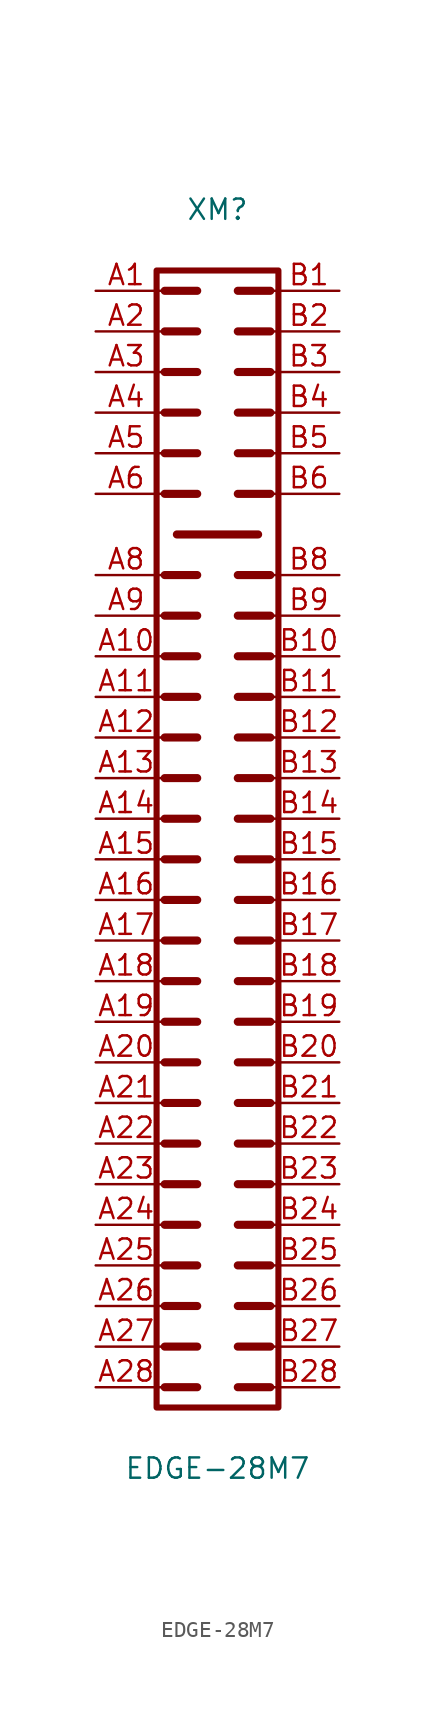
<source format=kicad_sym>
(kicad_symbol_lib
  (version 20231120)
  (generator "kicad_symbol_editor")
  (generator_version "8.0")
  (symbol "EDGE-28M7"
    (pin_names
      (offset 1.016))
    (property "Reference" "XM"
      (at 0 39.37 0)
      (effects (font (size 1.27 1.27))))
    (property "Value" "EDGE-28M7"
      (at 0 -39.37 0)
      (effects (font (size 1.27 1.27))))
    (symbol "EDGE-28M7_0_0"
      (polyline (pts (xy -2.54 19.05) (xy 2.54 19.05)) (stroke (width 0.508) (type default)) (fill (type none))))
    (symbol "EDGE-28M7_0_1"
      (rectangle (start -3.81 35.56) (end 3.81 -35.56) (stroke (width 0.381) (type default)) (fill (type none)))
      (polyline (pts (xy -3.81 -34.29) (xy -3.302 -34.29)) (stroke (width 0) (type default)) (fill (type none)))
      (polyline (pts (xy -3.81 -31.75) (xy -3.302 -31.75)) (stroke (width 0) (type default)) (fill (type none)))
      (polyline (pts (xy -3.81 -29.21) (xy -3.302 -29.21)) (stroke (width 0) (type default)) (fill (type none)))
      (polyline (pts (xy -3.81 -26.67) (xy -3.302 -26.67)) (stroke (width 0) (type default)) (fill (type none)))
      (polyline (pts (xy -3.81 -24.13) (xy -3.302 -24.13)) (stroke (width 0) (type default)) (fill (type none)))
      (polyline (pts (xy -3.81 -21.59) (xy -3.302 -21.59)) (stroke (width 0) (type default)) (fill (type none)))
      (polyline (pts (xy -3.81 -19.05) (xy -3.302 -19.05)) (stroke (width 0) (type default)) (fill (type none)))
      (polyline (pts (xy -3.81 -16.51) (xy -3.302 -16.51)) (stroke (width 0) (type default)) (fill (type none)))
      (polyline (pts (xy -3.81 -13.97) (xy -3.302 -13.97)) (stroke (width 0) (type default)) (fill (type none)))
      (polyline (pts (xy -3.81 -11.43) (xy -3.302 -11.43)) (stroke (width 0) (type default)) (fill (type none)))
      (polyline (pts (xy -3.81 -8.89) (xy -3.302 -8.89)) (stroke (width 0) (type default)) (fill (type none)))
      (polyline (pts (xy -3.81 -6.35) (xy -3.302 -6.35)) (stroke (width 0) (type default)) (fill (type none)))
      (polyline (pts (xy -3.81 -3.81) (xy -3.302 -3.81)) (stroke (width 0) (type default)) (fill (type none)))
      (polyline (pts (xy -3.81 -1.27) (xy -3.302 -1.27)) (stroke (width 0) (type default)) (fill (type none)))
      (polyline (pts (xy -3.81 1.27) (xy -3.302 1.27)) (stroke (width 0) (type default)) (fill (type none)))
      (polyline (pts (xy -3.81 3.81) (xy -3.302 3.81)) (stroke (width 0) (type default)) (fill (type none)))
      (polyline (pts (xy -3.81 6.35) (xy -3.302 6.35)) (stroke (width 0) (type default)) (fill (type none)))
      (polyline (pts (xy -3.81 8.89) (xy -3.302 8.89)) (stroke (width 0) (type default)) (fill (type none)))
      (polyline (pts (xy -3.81 11.43) (xy -3.302 11.43)) (stroke (width 0) (type default)) (fill (type none)))
      (polyline (pts (xy -3.81 13.97) (xy -3.302 13.97)) (stroke (width 0) (type default)) (fill (type none)))
      (polyline (pts (xy -3.81 16.51) (xy -3.302 16.51)) (stroke (width 0) (type default)) (fill (type none)))
      (polyline (pts (xy -3.81 21.59) (xy -3.302 21.59)) (stroke (width 0) (type default)) (fill (type none)))
      (polyline (pts (xy -3.81 24.13) (xy -3.302 24.13)) (stroke (width 0) (type default)) (fill (type none)))
      (polyline (pts (xy -3.81 26.67) (xy -3.302 26.67)) (stroke (width 0) (type default)) (fill (type none)))
      (polyline (pts (xy -3.81 29.21) (xy -3.302 29.21)) (stroke (width 0) (type default)) (fill (type none)))
      (polyline (pts (xy -3.81 31.75) (xy -3.302 31.75)) (stroke (width 0) (type default)) (fill (type none)))
      (polyline (pts (xy -3.81 34.29) (xy -3.302 34.29)) (stroke (width 0) (type default)) (fill (type none)))
      (polyline (pts (xy -3.302 -34.29) (xy -1.27 -34.29)) (stroke (width 0.508) (type default)) (fill (type none)))
      (polyline (pts (xy -3.302 -31.75) (xy -1.27 -31.75)) (stroke (width 0.508) (type default)) (fill (type none)))
      (polyline (pts (xy -3.302 -29.21) (xy -1.27 -29.21)) (stroke (width 0.508) (type default)) (fill (type none)))
      (polyline (pts (xy -3.302 -26.67) (xy -1.27 -26.67)) (stroke (width 0.508) (type default)) (fill (type none)))
      (polyline (pts (xy -3.302 -24.13) (xy -1.27 -24.13)) (stroke (width 0.508) (type default)) (fill (type none)))
      (polyline (pts (xy -3.302 -21.59) (xy -1.27 -21.59)) (stroke (width 0.508) (type default)) (fill (type none)))
      (polyline (pts (xy -3.302 -19.05) (xy -1.27 -19.05)) (stroke (width 0.508) (type default)) (fill (type none)))
      (polyline (pts (xy -3.302 -16.51) (xy -1.27 -16.51)) (stroke (width 0.508) (type default)) (fill (type none)))
      (polyline (pts (xy -3.302 -13.97) (xy -1.27 -13.97)) (stroke (width 0.508) (type default)) (fill (type none)))
      (polyline (pts (xy -3.302 -11.43) (xy -1.27 -11.43)) (stroke (width 0.508) (type default)) (fill (type none)))
      (polyline (pts (xy -3.302 -8.89) (xy -1.27 -8.89)) (stroke (width 0.508) (type default)) (fill (type none)))
      (polyline (pts (xy -3.302 -6.35) (xy -1.27 -6.35)) (stroke (width 0.508) (type default)) (fill (type none)))
      (polyline (pts (xy -3.302 -3.81) (xy -1.27 -3.81)) (stroke (width 0.508) (type default)) (fill (type none)))
      (polyline (pts (xy -3.302 -1.27) (xy -1.27 -1.27)) (stroke (width 0.508) (type default)) (fill (type none)))
      (polyline (pts (xy -3.302 1.27) (xy -1.27 1.27)) (stroke (width 0.508) (type default)) (fill (type none)))
      (polyline (pts (xy -3.302 3.81) (xy -1.27 3.81)) (stroke (width 0.508) (type default)) (fill (type none)))
      (polyline (pts (xy -3.302 6.35) (xy -1.27 6.35)) (stroke (width 0.508) (type default)) (fill (type none)))
      (polyline (pts (xy -3.302 8.89) (xy -1.27 8.89)) (stroke (width 0.508) (type default)) (fill (type none)))
      (polyline (pts (xy -3.302 11.43) (xy -1.27 11.43)) (stroke (width 0.508) (type default)) (fill (type none)))
      (polyline (pts (xy -3.302 13.97) (xy -1.27 13.97)) (stroke (width 0.508) (type default)) (fill (type none)))
      (polyline (pts (xy -3.302 16.51) (xy -1.27 16.51)) (stroke (width 0.508) (type default)) (fill (type none)))
      (polyline (pts (xy -3.302 21.59) (xy -1.27 21.59)) (stroke (width 0.508) (type default)) (fill (type none)))
      (polyline (pts (xy -3.302 24.13) (xy -1.27 24.13)) (stroke (width 0.508) (type default)) (fill (type none)))
      (polyline (pts (xy -3.302 26.67) (xy -1.27 26.67)) (stroke (width 0.508) (type default)) (fill (type none)))
      (polyline (pts (xy -3.302 29.21) (xy -1.27 29.21)) (stroke (width 0.508) (type default)) (fill (type none)))
      (polyline (pts (xy -3.302 31.75) (xy -1.27 31.75)) (stroke (width 0.508) (type default)) (fill (type none)))
      (polyline (pts (xy -3.302 34.29) (xy -1.27 34.29)) (stroke (width 0.508) (type default)) (fill (type none)))
      (polyline (pts (xy 3.302 -34.29) (xy 1.27 -34.29)) (stroke (width 0.508) (type default)) (fill (type none)))
      (polyline (pts (xy 3.302 -31.75) (xy 1.27 -31.75)) (stroke (width 0.508) (type default)) (fill (type none)))
      (polyline (pts (xy 3.302 -29.21) (xy 1.27 -29.21)) (stroke (width 0.508) (type default)) (fill (type none)))
      (polyline (pts (xy 3.302 -26.67) (xy 1.27 -26.67)) (stroke (width 0.508) (type default)) (fill (type none)))
      (polyline (pts (xy 3.302 -24.13) (xy 1.27 -24.13)) (stroke (width 0.508) (type default)) (fill (type none)))
      (polyline (pts (xy 3.302 -21.59) (xy 1.27 -21.59)) (stroke (width 0.508) (type default)) (fill (type none)))
      (polyline (pts (xy 3.302 -19.05) (xy 1.27 -19.05)) (stroke (width 0.508) (type default)) (fill (type none)))
      (polyline (pts (xy 3.302 -16.51) (xy 1.27 -16.51)) (stroke (width 0.508) (type default)) (fill (type none)))
      (polyline (pts (xy 3.302 -13.97) (xy 1.27 -13.97)) (stroke (width 0.508) (type default)) (fill (type none)))
      (polyline (pts (xy 3.302 -11.43) (xy 1.27 -11.43)) (stroke (width 0.508) (type default)) (fill (type none)))
      (polyline (pts (xy 3.302 -8.89) (xy 1.27 -8.89)) (stroke (width 0.508) (type default)) (fill (type none)))
      (polyline (pts (xy 3.302 -6.35) (xy 1.27 -6.35)) (stroke (width 0.508) (type default)) (fill (type none)))
      (polyline (pts (xy 3.302 -3.81) (xy 1.27 -3.81)) (stroke (width 0.508) (type default)) (fill (type none)))
      (polyline (pts (xy 3.302 -1.27) (xy 1.27 -1.27)) (stroke (width 0.508) (type default)) (fill (type none)))
      (polyline (pts (xy 3.302 1.27) (xy 1.27 1.27)) (stroke (width 0.508) (type default)) (fill (type none)))
      (polyline (pts (xy 3.302 3.81) (xy 1.27 3.81)) (stroke (width 0.508) (type default)) (fill (type none)))
      (polyline (pts (xy 3.302 6.35) (xy 1.27 6.35)) (stroke (width 0.508) (type default)) (fill (type none)))
      (polyline (pts (xy 3.302 8.89) (xy 1.27 8.89)) (stroke (width 0.508) (type default)) (fill (type none)))
      (polyline (pts (xy 3.302 11.43) (xy 1.27 11.43)) (stroke (width 0.508) (type default)) (fill (type none)))
      (polyline (pts (xy 3.302 13.97) (xy 1.27 13.97)) (stroke (width 0.508) (type default)) (fill (type none)))
      (polyline (pts (xy 3.302 16.51) (xy 1.27 16.51)) (stroke (width 0.508) (type default)) (fill (type none)))
      (polyline (pts (xy 3.302 21.59) (xy 1.27 21.59)) (stroke (width 0.508) (type default)) (fill (type none)))
      (polyline (pts (xy 3.302 24.13) (xy 1.27 24.13)) (stroke (width 0.508) (type default)) (fill (type none)))
      (polyline (pts (xy 3.302 26.67) (xy 1.27 26.67)) (stroke (width 0.508) (type default)) (fill (type none)))
      (polyline (pts (xy 3.302 29.21) (xy 1.27 29.21)) (stroke (width 0.508) (type default)) (fill (type none)))
      (polyline (pts (xy 3.302 31.75) (xy 1.27 31.75)) (stroke (width 0.508) (type default)) (fill (type none)))
      (polyline (pts (xy 3.302 34.29) (xy 1.27 34.29)) (stroke (width 0.508) (type default)) (fill (type none)))
      (polyline (pts (xy 3.81 -34.29) (xy 3.302 -34.29)) (stroke (width 0) (type default)) (fill (type none)))
      (polyline (pts (xy 3.81 -31.75) (xy 3.302 -31.75)) (stroke (width 0) (type default)) (fill (type none)))
      (polyline (pts (xy 3.81 -29.21) (xy 3.302 -29.21)) (stroke (width 0) (type default)) (fill (type none)))
      (polyline (pts (xy 3.81 -26.67) (xy 3.302 -26.67)) (stroke (width 0) (type default)) (fill (type none)))
      (polyline (pts (xy 3.81 -24.13) (xy 3.302 -24.13)) (stroke (width 0) (type default)) (fill (type none)))
      (polyline (pts (xy 3.81 -21.59) (xy 3.302 -21.59)) (stroke (width 0) (type default)) (fill (type none)))
      (polyline (pts (xy 3.81 -19.05) (xy 3.302 -19.05)) (stroke (width 0) (type default)) (fill (type none)))
      (polyline (pts (xy 3.81 -16.51) (xy 3.302 -16.51)) (stroke (width 0) (type default)) (fill (type none)))
      (polyline (pts (xy 3.81 -13.97) (xy 3.302 -13.97)) (stroke (width 0) (type default)) (fill (type none)))
      (polyline (pts (xy 3.81 -11.43) (xy 3.302 -11.43)) (stroke (width 0) (type default)) (fill (type none)))
      (polyline (pts (xy 3.81 -8.89) (xy 3.302 -8.89)) (stroke (width 0) (type default)) (fill (type none)))
      (polyline (pts (xy 3.81 -6.35) (xy 3.302 -6.35)) (stroke (width 0) (type default)) (fill (type none)))
      (polyline (pts (xy 3.81 -3.81) (xy 3.302 -3.81)) (stroke (width 0) (type default)) (fill (type none)))
      (polyline (pts (xy 3.81 -1.27) (xy 3.302 -1.27)) (stroke (width 0) (type default)) (fill (type none)))
      (polyline (pts (xy 3.81 1.27) (xy 3.302 1.27)) (stroke (width 0) (type default)) (fill (type none)))
      (polyline (pts (xy 3.81 3.81) (xy 3.302 3.81)) (stroke (width 0) (type default)) (fill (type none)))
      (polyline (pts (xy 3.81 6.35) (xy 3.302 6.35)) (stroke (width 0) (type default)) (fill (type none)))
      (polyline (pts (xy 3.81 8.89) (xy 3.302 8.89)) (stroke (width 0) (type default)) (fill (type none)))
      (polyline (pts (xy 3.81 11.43) (xy 3.302 11.43)) (stroke (width 0) (type default)) (fill (type none)))
      (polyline (pts (xy 3.81 13.97) (xy 3.302 13.97)) (stroke (width 0) (type default)) (fill (type none)))
      (polyline (pts (xy 3.81 16.51) (xy 3.302 16.51)) (stroke (width 0) (type default)) (fill (type none)))
      (polyline (pts (xy 3.81 21.59) (xy 3.302 21.59)) (stroke (width 0) (type default)) (fill (type none)))
      (polyline (pts (xy 3.81 24.13) (xy 3.302 24.13)) (stroke (width 0) (type default)) (fill (type none)))
      (polyline (pts (xy 3.81 26.67) (xy 3.302 26.67)) (stroke (width 0) (type default)) (fill (type none)))
      (polyline (pts (xy 3.81 29.21) (xy 3.302 29.21)) (stroke (width 0) (type default)) (fill (type none)))
      (polyline (pts (xy 3.81 31.75) (xy 3.302 31.75)) (stroke (width 0) (type default)) (fill (type none)))
      (polyline (pts (xy 3.81 34.29) (xy 3.302 34.29)) (stroke (width 0) (type default)) (fill (type none))))
    (symbol "EDGE-28M7_1_1"
      (pin passive line (at -7.62 34.29 0) (length 3.81) (name "~" (effects (font (size 1.27 1.27)))) (number "A1" (effects (font (size 1.27 1.27)))))
      (pin passive line (at -7.62 11.43 0) (length 3.81) (name "~" (effects (font (size 1.27 1.27)))) (number "A10" (effects (font (size 1.27 1.27)))))
      (pin passive line (at -7.62 8.89 0) (length 3.81) (name "~" (effects (font (size 1.27 1.27)))) (number "A11" (effects (font (size 1.27 1.27)))))
      (pin passive line (at -7.62 6.35 0) (length 3.81) (name "~" (effects (font (size 1.27 1.27)))) (number "A12" (effects (font (size 1.27 1.27)))))
      (pin passive line (at -7.62 3.81 0) (length 3.81) (name "~" (effects (font (size 1.27 1.27)))) (number "A13" (effects (font (size 1.27 1.27)))))
      (pin passive line (at -7.62 1.27 0) (length 3.81) (name "~" (effects (font (size 1.27 1.27)))) (number "A14" (effects (font (size 1.27 1.27)))))
      (pin passive line (at -7.62 -1.27 0) (length 3.81) (name "~" (effects (font (size 1.27 1.27)))) (number "A15" (effects (font (size 1.27 1.27)))))
      (pin passive line (at -7.62 -3.81 0) (length 3.81) (name "~" (effects (font (size 1.27 1.27)))) (number "A16" (effects (font (size 1.27 1.27)))))
      (pin passive line (at -7.62 -6.35 0) (length 3.81) (name "~" (effects (font (size 1.27 1.27)))) (number "A17" (effects (font (size 1.27 1.27)))))
      (pin passive line (at -7.62 -8.89 0) (length 3.81) (name "~" (effects (font (size 1.27 1.27)))) (number "A18" (effects (font (size 1.27 1.27)))))
      (pin passive line (at -7.62 -11.43 0) (length 3.81) (name "~" (effects (font (size 1.27 1.27)))) (number "A19" (effects (font (size 1.27 1.27)))))
      (pin passive line (at -7.62 31.75 0) (length 3.81) (name "~" (effects (font (size 1.27 1.27)))) (number "A2" (effects (font (size 1.27 1.27)))))
      (pin passive line (at -7.62 -13.97 0) (length 3.81) (name "~" (effects (font (size 1.27 1.27)))) (number "A20" (effects (font (size 1.27 1.27)))))
      (pin passive line (at -7.62 -16.51 0) (length 3.81) (name "~" (effects (font (size 1.27 1.27)))) (number "A21" (effects (font (size 1.27 1.27)))))
      (pin passive line (at -7.62 -19.05 0) (length 3.81) (name "~" (effects (font (size 1.27 1.27)))) (number "A22" (effects (font (size 1.27 1.27)))))
      (pin passive line (at -7.62 -21.59 0) (length 3.81) (name "~" (effects (font (size 1.27 1.27)))) (number "A23" (effects (font (size 1.27 1.27)))))
      (pin passive line (at -7.62 -24.13 0) (length 3.81) (name "~" (effects (font (size 1.27 1.27)))) (number "A24" (effects (font (size 1.27 1.27)))))
      (pin passive line (at -7.62 -26.67 0) (length 3.81) (name "~" (effects (font (size 1.27 1.27)))) (number "A25" (effects (font (size 1.27 1.27)))))
      (pin passive line (at -7.62 -29.21 0) (length 3.81) (name "~" (effects (font (size 1.27 1.27)))) (number "A26" (effects (font (size 1.27 1.27)))))
      (pin passive line (at -7.62 -31.75 0) (length 3.81) (name "~" (effects (font (size 1.27 1.27)))) (number "A27" (effects (font (size 1.27 1.27)))))
      (pin passive line (at -7.62 -34.29 0) (length 3.81) (name "~" (effects (font (size 1.27 1.27)))) (number "A28" (effects (font (size 1.27 1.27)))))
      (pin passive line (at -7.62 29.21 0) (length 3.81) (name "~" (effects (font (size 1.27 1.27)))) (number "A3" (effects (font (size 1.27 1.27)))))
      (pin passive line (at -7.62 26.67 0) (length 3.81) (name "~" (effects (font (size 1.27 1.27)))) (number "A4" (effects (font (size 1.27 1.27)))))
      (pin passive line (at -7.62 24.13 0) (length 3.81) (name "~" (effects (font (size 1.27 1.27)))) (number "A5" (effects (font (size 1.27 1.27)))))
      (pin passive line (at -7.62 21.59 0) (length 3.81) (name "~" (effects (font (size 1.27 1.27)))) (number "A6" (effects (font (size 1.27 1.27)))))
      (pin passive line (at -7.62 16.51 0) (length 3.81) (name "~" (effects (font (size 1.27 1.27)))) (number "A8" (effects (font (size 1.27 1.27)))))
      (pin passive line (at -7.62 13.97 0) (length 3.81) (name "~" (effects (font (size 1.27 1.27)))) (number "A9" (effects (font (size 1.27 1.27)))))
      (pin passive line (at 7.62 34.29 180) (length 3.81) (name "~" (effects (font (size 1.27 1.27)))) (number "B1" (effects (font (size 1.27 1.27)))))
      (pin passive line (at 7.62 11.43 180) (length 3.81) (name "~" (effects (font (size 1.27 1.27)))) (number "B10" (effects (font (size 1.27 1.27)))))
      (pin passive line (at 7.62 8.89 180) (length 3.81) (name "~" (effects (font (size 1.27 1.27)))) (number "B11" (effects (font (size 1.27 1.27)))))
      (pin passive line (at 7.62 6.35 180) (length 3.81) (name "~" (effects (font (size 1.27 1.27)))) (number "B12" (effects (font (size 1.27 1.27)))))
      (pin passive line (at 7.62 3.81 180) (length 3.81) (name "~" (effects (font (size 1.27 1.27)))) (number "B13" (effects (font (size 1.27 1.27)))))
      (pin passive line (at 7.62 1.27 180) (length 3.81) (name "~" (effects (font (size 1.27 1.27)))) (number "B14" (effects (font (size 1.27 1.27)))))
      (pin passive line (at 7.62 -1.27 180) (length 3.81) (name "~" (effects (font (size 1.27 1.27)))) (number "B15" (effects (font (size 1.27 1.27)))))
      (pin passive line (at 7.62 -3.81 180) (length 3.81) (name "~" (effects (font (size 1.27 1.27)))) (number "B16" (effects (font (size 1.27 1.27)))))
      (pin passive line (at 7.62 -6.35 180) (length 3.81) (name "~" (effects (font (size 1.27 1.27)))) (number "B17" (effects (font (size 1.27 1.27)))))
      (pin passive line (at 7.62 -8.89 180) (length 3.81) (name "~" (effects (font (size 1.27 1.27)))) (number "B18" (effects (font (size 1.27 1.27)))))
      (pin passive line (at 7.62 -11.43 180) (length 3.81) (name "~" (effects (font (size 1.27 1.27)))) (number "B19" (effects (font (size 1.27 1.27)))))
      (pin passive line (at 7.62 31.75 180) (length 3.81) (name "~" (effects (font (size 1.27 1.27)))) (number "B2" (effects (font (size 1.27 1.27)))))
      (pin passive line (at 7.62 -13.97 180) (length 3.81) (name "~" (effects (font (size 1.27 1.27)))) (number "B20" (effects (font (size 1.27 1.27)))))
      (pin passive line (at 7.62 -16.51 180) (length 3.81) (name "~" (effects (font (size 1.27 1.27)))) (number "B21" (effects (font (size 1.27 1.27)))))
      (pin passive line (at 7.62 -19.05 180) (length 3.81) (name "~" (effects (font (size 1.27 1.27)))) (number "B22" (effects (font (size 1.27 1.27)))))
      (pin passive line (at 7.62 -21.59 180) (length 3.81) (name "~" (effects (font (size 1.27 1.27)))) (number "B23" (effects (font (size 1.27 1.27)))))
      (pin passive line (at 7.62 -24.13 180) (length 3.81) (name "~" (effects (font (size 1.27 1.27)))) (number "B24" (effects (font (size 1.27 1.27)))))
      (pin passive line (at 7.62 -26.67 180) (length 3.81) (name "~" (effects (font (size 1.27 1.27)))) (number "B25" (effects (font (size 1.27 1.27)))))
      (pin passive line (at 7.62 -29.21 180) (length 3.81) (name "~" (effects (font (size 1.27 1.27)))) (number "B26" (effects (font (size 1.27 1.27)))))
      (pin passive line (at 7.62 -31.75 180) (length 3.81) (name "~" (effects (font (size 1.27 1.27)))) (number "B27" (effects (font (size 1.27 1.27)))))
      (pin passive line (at 7.62 -34.29 180) (length 3.81) (name "~" (effects (font (size 1.27 1.27)))) (number "B28" (effects (font (size 1.27 1.27)))))
      (pin passive line (at 7.62 29.21 180) (length 3.81) (name "~" (effects (font (size 1.27 1.27)))) (number "B3" (effects (font (size 1.27 1.27)))))
      (pin passive line (at 7.62 26.67 180) (length 3.81) (name "~" (effects (font (size 1.27 1.27)))) (number "B4" (effects (font (size 1.27 1.27)))))
      (pin passive line (at 7.62 24.13 180) (length 3.81) (name "~" (effects (font (size 1.27 1.27)))) (number "B5" (effects (font (size 1.27 1.27)))))
      (pin passive line (at 7.62 21.59 180) (length 3.81) (name "~" (effects (font (size 1.27 1.27)))) (number "B6" (effects (font (size 1.27 1.27)))))
      (pin passive line (at 7.62 16.51 180) (length 3.81) (name "~" (effects (font (size 1.27 1.27)))) (number "B8" (effects (font (size 1.27 1.27)))))
      (pin passive line (at 7.62 13.97 180) (length 3.81) (name "~" (effects (font (size 1.27 1.27)))) (number "B9" (effects (font (size 1.27 1.27))))))))
</source>
